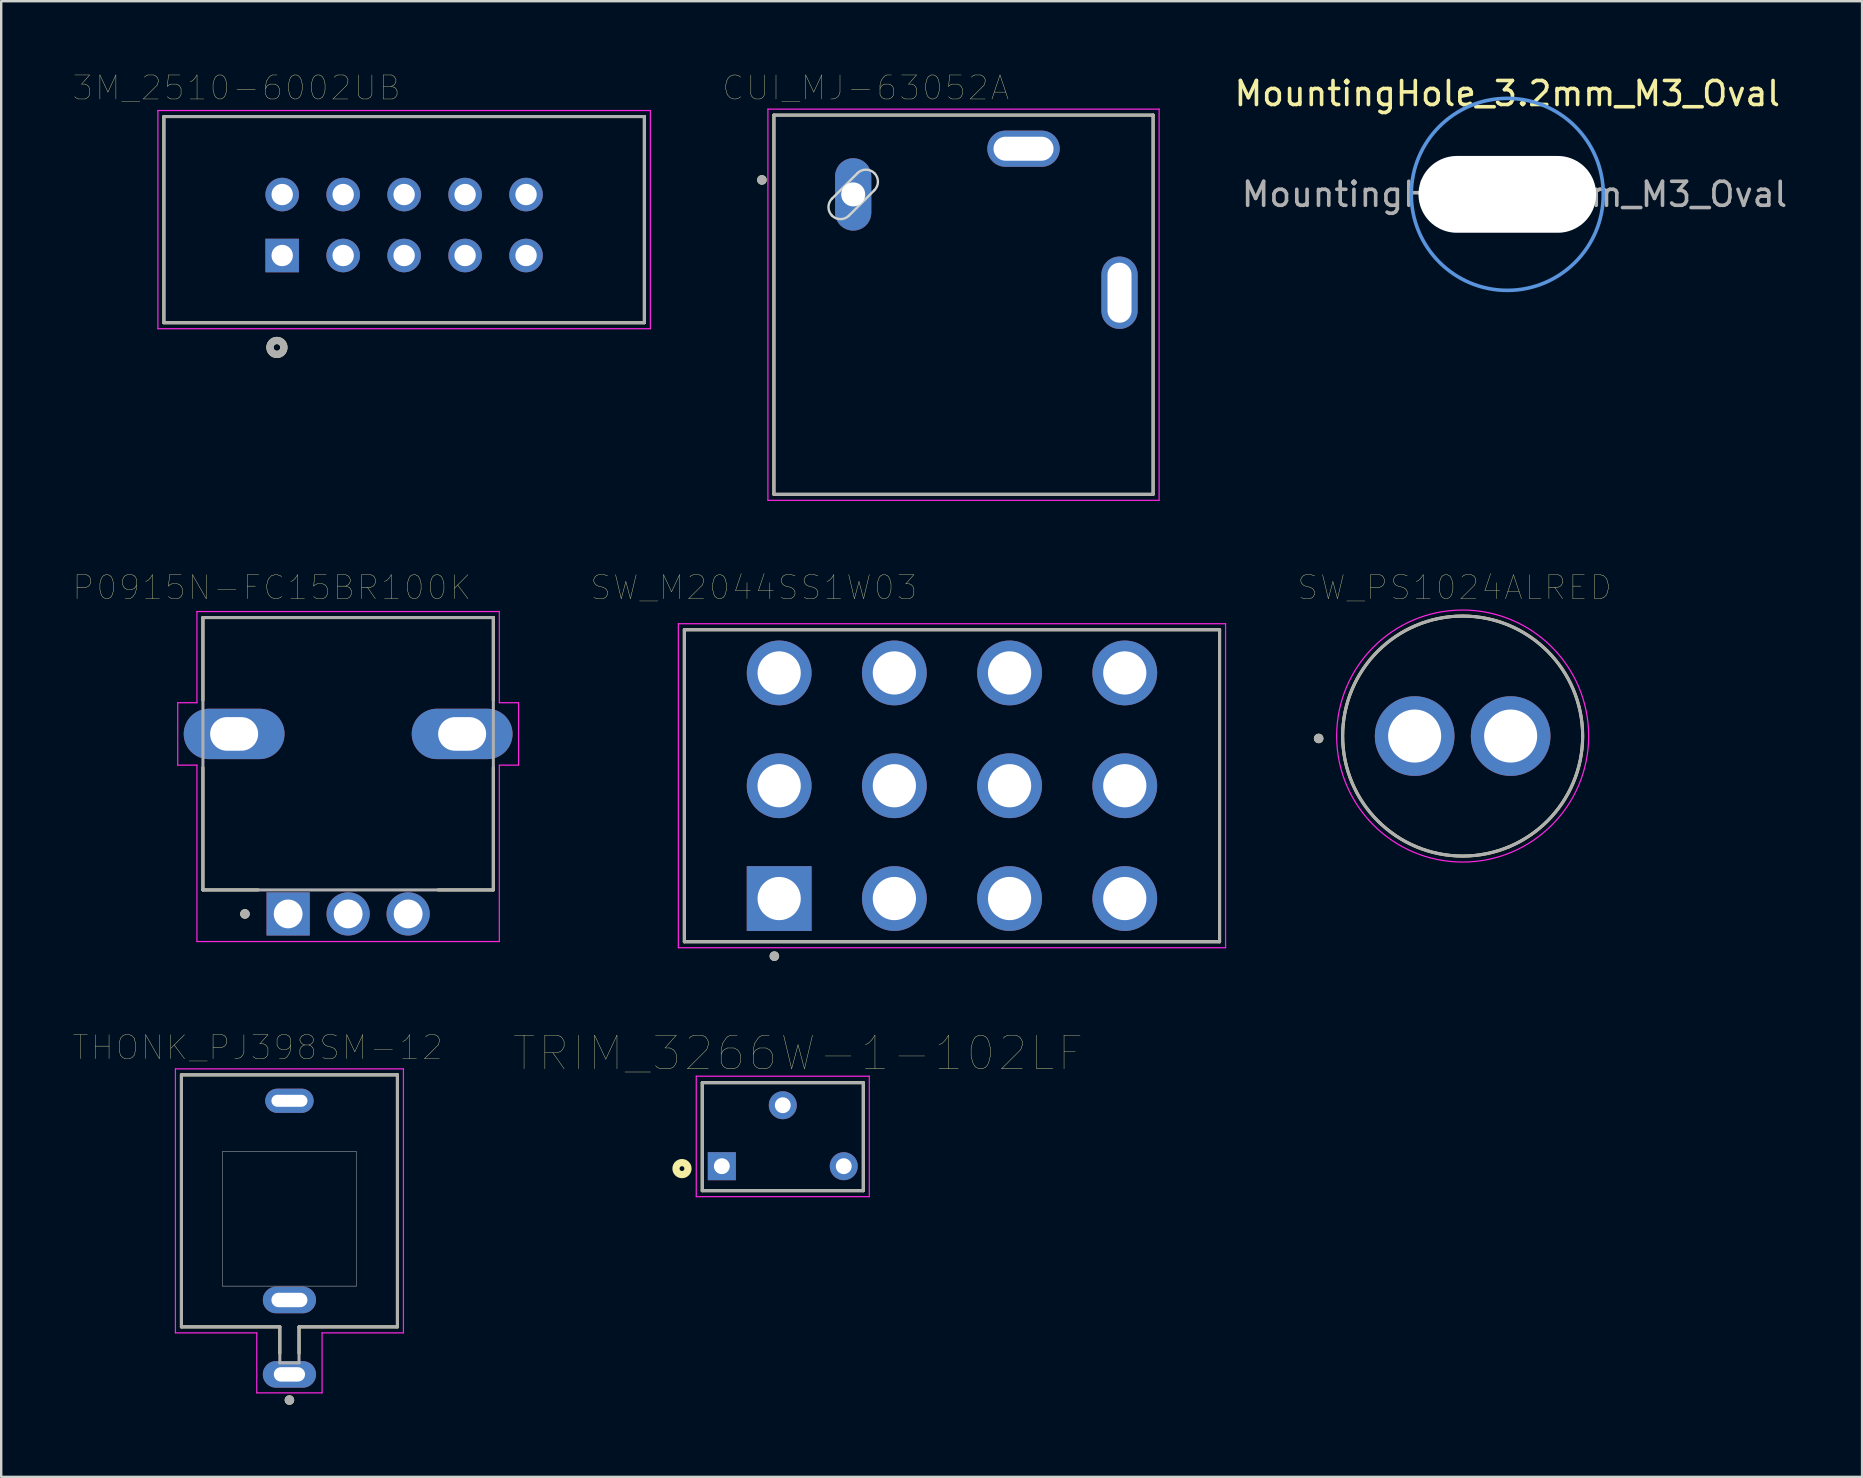
<source format=kicad_pcb>
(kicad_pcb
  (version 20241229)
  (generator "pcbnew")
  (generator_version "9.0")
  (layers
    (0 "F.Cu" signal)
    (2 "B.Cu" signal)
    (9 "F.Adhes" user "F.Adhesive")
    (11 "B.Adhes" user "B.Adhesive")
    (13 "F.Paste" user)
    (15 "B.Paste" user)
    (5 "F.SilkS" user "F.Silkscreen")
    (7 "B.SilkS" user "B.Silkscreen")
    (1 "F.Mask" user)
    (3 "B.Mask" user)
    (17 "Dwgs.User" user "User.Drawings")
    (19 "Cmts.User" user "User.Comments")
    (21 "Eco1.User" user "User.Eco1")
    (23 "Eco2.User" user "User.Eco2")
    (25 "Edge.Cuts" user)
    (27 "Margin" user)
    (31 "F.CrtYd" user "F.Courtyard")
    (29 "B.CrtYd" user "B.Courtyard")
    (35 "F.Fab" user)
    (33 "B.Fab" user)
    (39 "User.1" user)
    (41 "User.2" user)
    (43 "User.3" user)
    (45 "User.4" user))
  (footprint "3M_2510-6002UB"
    (layer "F.Cu")
    (at 13.788 6.326)
    (property "Reference" "3M_2510-6002UB" (at -6.985 -5.715 0) (layer "F.SilkS") (effects (font (size 1 1) (thickness 0.015))))
    (attr through_hole)
    (fp_line (start -10.01 -4.52) (end 10.01 -4.52) (stroke (width 0.127) (type solid)) (layer "F.SilkS"))
    (fp_line (start -10.01 4.07) (end -10.01 -4.52) (stroke (width 0.127) (type solid)) (layer "F.SilkS"))
    (fp_line (start 10.01 -4.52) (end 10.01 4.07) (stroke (width 0.127) (type solid)) (layer "F.SilkS"))
    (fp_line (start 10.01 4.07) (end -10.01 4.07) (stroke (width 0.127) (type solid)) (layer "F.SilkS"))
    (fp_circle (center -5.3 5.1) (end -5.159 5.1) (stroke (width 0.3) (type solid)) (fill no) (layer "F.SilkS"))
    (fp_line (start -10.26 -4.77) (end 10.26 -4.77) (stroke (width 0.05) (type solid)) (layer "F.CrtYd"))
    (fp_line (start -10.26 4.32) (end -10.26 -4.77) (stroke (width 0.05) (type solid)) (layer "F.CrtYd"))
    (fp_line (start 10.26 -4.77) (end 10.26 4.32) (stroke (width 0.05) (type solid)) (layer "F.CrtYd"))
    (fp_line (start 10.26 4.32) (end -10.26 4.32) (stroke (width 0.05) (type solid)) (layer "F.CrtYd"))
    (fp_line (start -10.01 -4.52) (end 10.01 -4.52) (stroke (width 0.127) (type solid)) (layer "F.Fab"))
    (fp_line (start -10.01 4.07) (end -10.01 -4.52) (stroke (width 0.127) (type solid)) (layer "F.Fab"))
    (fp_line (start 10.01 -4.52) (end 10.01 4.07) (stroke (width 0.127) (type solid)) (layer "F.Fab"))
    (fp_line (start 10.01 4.07) (end -10.01 4.07) (stroke (width 0.127) (type solid)) (layer "F.Fab"))
    (fp_circle (center -5.3 5.1) (end -5.159 5.1) (stroke (width 0.3) (type solid)) (fill no) (layer "F.Fab"))
    (pad "1" thru_hole rect (at -5.08 1.27) (size 1.398 1.398) (drill 0.89) (layers "*.Cu" "*.Mask"))
    (pad "2" thru_hole circle (at -5.08 -1.27) (size 1.398 1.398) (drill 0.89) (layers "*.Cu" "*.Mask"))
    (pad "3" thru_hole circle (at -2.54 1.27) (size 1.398 1.398) (drill 0.89) (layers "*.Cu" "*.Mask"))
    (pad "4" thru_hole circle (at -2.54 -1.27) (size 1.398 1.398) (drill 0.89) (layers "*.Cu" "*.Mask"))
    (pad "5" thru_hole circle (at 0 1.27) (size 1.398 1.398) (drill 0.89) (layers "*.Cu" "*.Mask"))
    (pad "6" thru_hole circle (at 0 -1.27) (size 1.398 1.398) (drill 0.89) (layers "*.Cu" "*.Mask"))
    (pad "7" thru_hole circle (at 2.54 1.27) (size 1.398 1.398) (drill 0.89) (layers "*.Cu" "*.Mask"))
    (pad "8" thru_hole circle (at 2.54 -1.27) (size 1.398 1.398) (drill 0.89) (layers "*.Cu" "*.Mask"))
    (pad "9" thru_hole circle (at 5.08 1.27) (size 1.398 1.398) (drill 0.89) (layers "*.Cu" "*.Mask"))
    (pad "10" thru_hole circle (at 5.08 -1.27) (size 1.398 1.398) (drill 0.89) (layers "*.Cu" "*.Mask")))
  (footprint "SW_M2044SS1W03"
    (layer "F.Cu")
    (at 36.614 29.688)
    (property "Reference" "SW_M2044SS1W03" (at -8.255 -8.255 0) (layer "F.SilkS") (effects (font (size 1 1) (thickness 0.015))))
    (attr through_hole)
    (fp_line (start -11.15 -6.5) (end -11.15 6.5) (stroke (width 0.127) (type solid)) (layer "F.SilkS"))
    (fp_line (start -11.15 6.5) (end 11.15 6.5) (stroke (width 0.127) (type solid)) (layer "F.SilkS"))
    (fp_line (start 11.15 -6.5) (end -11.15 -6.5) (stroke (width 0.127) (type solid)) (layer "F.SilkS"))
    (fp_line (start 11.15 -6.5) (end 11.15 6.5) (stroke (width 0.127) (type solid)) (layer "F.SilkS"))
    (fp_circle (center -7.4 7.1) (end -7.3 7.1) (stroke (width 0.2) (type solid)) (fill no) (layer "F.SilkS"))
    (fp_line (start -11.4 -6.75) (end 11.4 -6.75) (stroke (width 0.05) (type solid)) (layer "F.CrtYd"))
    (fp_line (start -11.4 6.75) (end -11.4 -6.75) (stroke (width 0.05) (type solid)) (layer "F.CrtYd"))
    (fp_line (start 11.4 -6.75) (end 11.4 6.75) (stroke (width 0.05) (type solid)) (layer "F.CrtYd"))
    (fp_line (start 11.4 6.75) (end -11.4 6.75) (stroke (width 0.05) (type solid)) (layer "F.CrtYd"))
    (fp_line (start -11.15 -6.5) (end 11.15 -6.5) (stroke (width 0.127) (type solid)) (layer "F.Fab"))
    (fp_line (start -11.15 6.5) (end -11.15 -6.5) (stroke (width 0.127) (type solid)) (layer "F.Fab"))
    (fp_line (start 11.15 -6.5) (end 11.15 6.5) (stroke (width 0.127) (type solid)) (layer "F.Fab"))
    (fp_line (start 11.15 6.5) (end -11.15 6.5) (stroke (width 0.127) (type solid)) (layer "F.Fab"))
    (fp_circle (center -7.4 7.1) (end -7.3 7.1) (stroke (width 0.2) (type solid)) (fill no) (layer "F.Fab"))
    (pad "1" thru_hole rect (at -7.2 4.7) (size 2.7 2.7) (drill 1.8) (layers "*.Cu" "*.Mask"))
    (pad "2" thru_hole circle (at -7.2 0) (size 2.7 2.7) (drill 1.8) (layers "*.Cu" "*.Mask"))
    (pad "3" thru_hole circle (at -7.2 -4.7) (size 2.7 2.7) (drill 1.8) (layers "*.Cu" "*.Mask"))
    (pad "4" thru_hole circle (at -2.4 4.7) (size 2.7 2.7) (drill 1.8) (layers "*.Cu" "*.Mask"))
    (pad "5" thru_hole circle (at -2.4 0) (size 2.7 2.7) (drill 1.8) (layers "*.Cu" "*.Mask"))
    (pad "6" thru_hole circle (at -2.4 -4.7) (size 2.7 2.7) (drill 1.8) (layers "*.Cu" "*.Mask"))
    (pad "7" thru_hole circle (at 2.4 4.7) (size 2.7 2.7) (drill 1.8) (layers "*.Cu" "*.Mask"))
    (pad "8" thru_hole circle (at 2.4 0) (size 2.7 2.7) (drill 1.8) (layers "*.Cu" "*.Mask"))
    (pad "9" thru_hole circle (at 2.4 -4.7) (size 2.7 2.7) (drill 1.8) (layers "*.Cu" "*.Mask"))
    (pad "10" thru_hole circle (at 7.2 4.7) (size 2.7 2.7) (drill 1.8) (layers "*.Cu" "*.Mask"))
    (pad "11" thru_hole circle (at 7.2 0) (size 2.7 2.7) (drill 1.8) (layers "*.Cu" "*.Mask"))
    (pad "12" thru_hole circle (at 7.2 -4.7) (size 2.7 2.7) (drill 1.8) (layers "*.Cu" "*.Mask")))
  (footprint "MountingHole_3.2mm_M3_Oval"
    (layer "F.Cu")
    (at 59.752 5.048)
    (property "Reference" "MountingHole_3.2mm_M3_Oval" (at 0 -4.2 0) (layer "F.SilkS") (effects (font (size 1 1) (thickness 0.15))))
    (attr exclude_from_pos_files exclude_from_bom)
    (fp_circle (center 0 0) (end 4 0) (stroke (width 0.15) (type solid)) (fill no) (layer "Cmts.User"))
    (fp_text user "${REFERENCE}" (at 0.3 0 0) (layer "F.Fab") (effects (font (size 1 1) (thickness 0.15))))
    (pad "" np_thru_hole oval (at 0 0) (size 7.4 3.2) (drill oval 7.4 3.2) (layers "*.Cu" "*.Mask")))
  (footprint "P0915N-FC15BR100K"
    (layer "F.Cu")
    (at 11.455 27.529)
    (property "Reference" "P0915N-FC15BR100K" (at -3.175 -6.096 0) (layer "F.SilkS") (effects (font (size 1 1) (thickness 0.015))))
    (attr through_hole)
    (fp_line (start -6.05 -4.85) (end 6.05 -4.85) (stroke (width 0.127) (type solid)) (layer "F.SilkS"))
    (fp_line (start -6.05 -1.4) (end -6.05 -4.85) (stroke (width 0.127) (type solid)) (layer "F.SilkS"))
    (fp_line (start -6.05 6.5) (end -6.05 1.4) (stroke (width 0.127) (type solid)) (layer "F.SilkS"))
    (fp_line (start -3.75 6.5) (end -6.05 6.5) (stroke (width 0.127) (type solid)) (layer "F.SilkS"))
    (fp_line (start 6.05 -4.85) (end 6.05 -1.4) (stroke (width 0.127) (type solid)) (layer "F.SilkS"))
    (fp_line (start 6.05 1.4) (end 6.05 6.5) (stroke (width 0.127) (type solid)) (layer "F.SilkS"))
    (fp_line (start 6.05 6.5) (end 3.75 6.5) (stroke (width 0.127) (type solid)) (layer "F.SilkS"))
    (fp_circle (center -4.3 7.5) (end -4.2 7.5) (stroke (width 0.2) (type solid)) (fill no) (layer "F.SilkS"))
    (fp_line (start -7.1 -1.3) (end -6.3 -1.3) (stroke (width 0.05) (type solid)) (layer "F.CrtYd"))
    (fp_line (start -7.1 1.3) (end -7.1 -1.3) (stroke (width 0.05) (type solid)) (layer "F.CrtYd"))
    (fp_line (start -6.3 -5.1) (end 6.3 -5.1) (stroke (width 0.05) (type solid)) (layer "F.CrtYd"))
    (fp_line (start -6.3 -1.3) (end -6.3 -5.1) (stroke (width 0.05) (type solid)) (layer "F.CrtYd"))
    (fp_line (start -6.3 1.3) (end -7.1 1.3) (stroke (width 0.05) (type solid)) (layer "F.CrtYd"))
    (fp_line (start -6.3 8.65) (end -6.3 1.3) (stroke (width 0.05) (type solid)) (layer "F.CrtYd"))
    (fp_line (start 6.3 -5.1) (end 6.3 -1.3) (stroke (width 0.05) (type solid)) (layer "F.CrtYd"))
    (fp_line (start 6.3 -1.3) (end 7.1 -1.3) (stroke (width 0.05) (type solid)) (layer "F.CrtYd"))
    (fp_line (start 6.3 1.3) (end 6.3 8.65) (stroke (width 0.05) (type solid)) (layer "F.CrtYd"))
    (fp_line (start 6.3 8.65) (end -6.3 8.65) (stroke (width 0.05) (type solid)) (layer "F.CrtYd"))
    (fp_line (start 7.1 -1.3) (end 7.1 1.3) (stroke (width 0.05) (type solid)) (layer "F.CrtYd"))
    (fp_line (start 7.1 1.3) (end 6.3 1.3) (stroke (width 0.05) (type solid)) (layer "F.CrtYd"))
    (fp_line (start -6.05 -4.85) (end 6.05 -4.85) (stroke (width 0.127) (type solid)) (layer "F.Fab"))
    (fp_line (start -6.05 6.5) (end -6.05 -4.85) (stroke (width 0.127) (type solid)) (layer "F.Fab"))
    (fp_line (start 6.05 -4.85) (end 6.05 6.5) (stroke (width 0.127) (type solid)) (layer "F.Fab"))
    (fp_line (start 6.05 6.5) (end -6.05 6.5) (stroke (width 0.127) (type solid)) (layer "F.Fab"))
    (fp_circle (center -4.3 7.5) (end -4.2 7.5) (stroke (width 0.2) (type solid)) (fill no) (layer "F.Fab"))
    (pad "1" thru_hole rect (at -2.5 7.5) (size 1.8 1.8) (drill 1.2) (layers "*.Cu" "*.Mask"))
    (pad "2" thru_hole circle (at 0 7.5) (size 1.8 1.8) (drill 1.2) (layers "*.Cu" "*.Mask"))
    (pad "3" thru_hole circle (at 2.5 7.5) (size 1.8 1.8) (drill 1.2) (layers "*.Cu" "*.Mask"))
    (pad "S1" thru_hole oval (at -4.75 0) (size 4.2 2.1) (drill oval 2 1.4) (layers "*.Cu" "*.Mask"))
    (pad "S2" thru_hole oval (at 4.75 0) (size 4.2 2.1) (drill oval 2 1.4) (layers "*.Cu" "*.Mask")))
  (footprint "THONK_PJ398SM-12"
    (layer "F.Cu")
    (at 9.009 47.734)
    (property "Reference" "THONK_PJ398SM-12" (at -1.325 -7.135 0) (layer "F.SilkS") (effects (font (size 1 1) (thickness 0.015))))
    (attr through_hole)
    (fp_line (start -4.5 -6) (end -4.5 4.5) (stroke (width 0.127) (type solid)) (layer "F.SilkS"))
    (fp_line (start -4.5 -6) (end 4.5 -6) (stroke (width 0.127) (type solid)) (layer "F.SilkS"))
    (fp_line (start -4.5 4.5) (end -0.4 4.5) (stroke (width 0.127) (type solid)) (layer "F.SilkS"))
    (fp_line (start -0.4 4.5) (end -0.4 5.605) (stroke (width 0.127) (type solid)) (layer "F.SilkS"))
    (fp_line (start 0.4 4.5) (end 4.5 4.5) (stroke (width 0.127) (type solid)) (layer "F.SilkS"))
    (fp_line (start 0.4 5.605) (end 0.4 4.5) (stroke (width 0.127) (type solid)) (layer "F.SilkS"))
    (fp_line (start 4.5 4.5) (end 4.5 -6) (stroke (width 0.127) (type solid)) (layer "F.SilkS"))
    (fp_circle (center 0 7.55) (end 0.1 7.55) (stroke (width 0.2) (type solid)) (fill no) (layer "F.SilkS"))
    (fp_poly (pts (xy -2.8 -2.8) (xy 2.8 -2.8) (xy 2.8 2.8) (xy -2.8 2.8)) (stroke (width 0.01) (type solid)) (fill no) (layer "Dwgs.User"))
    (fp_poly (pts (xy -2.8 -2.8) (xy 2.8 -2.8) (xy 2.8 2.8) (xy -2.8 2.8)) (stroke (width 0.01) (type solid)) (fill no) (layer "Dwgs.User"))
    (fp_line (start -4.75 -6.25) (end 4.75 -6.25) (stroke (width 0.05) (type solid)) (layer "F.CrtYd"))
    (fp_line (start -4.75 4.75) (end -4.75 -6.25) (stroke (width 0.05) (type solid)) (layer "F.CrtYd"))
    (fp_line (start -1.36 4.75) (end -4.75 4.75) (stroke (width 0.05) (type solid)) (layer "F.CrtYd"))
    (fp_line (start -1.36 7.25) (end -1.36 4.75) (stroke (width 0.05) (type solid)) (layer "F.CrtYd"))
    (fp_line (start 1.36 4.75) (end 1.36 7.25) (stroke (width 0.05) (type solid)) (layer "F.CrtYd"))
    (fp_line (start 1.36 7.25) (end -1.36 7.25) (stroke (width 0.05) (type solid)) (layer "F.CrtYd"))
    (fp_line (start 4.75 -6.25) (end 4.75 4.75) (stroke (width 0.05) (type solid)) (layer "F.CrtYd"))
    (fp_line (start 4.75 4.75) (end 1.36 4.75) (stroke (width 0.05) (type solid)) (layer "F.CrtYd"))
    (fp_line (start -4.5 -6) (end -4.5 4.5) (stroke (width 0.127) (type solid)) (layer "F.Fab"))
    (fp_line (start -4.5 -6) (end 4.5 -6) (stroke (width 0.127) (type solid)) (layer "F.Fab"))
    (fp_line (start -4.5 4.5) (end -0.4 4.5) (stroke (width 0.127) (type solid)) (layer "F.Fab"))
    (fp_line (start -0.4 4.5) (end -0.4 6) (stroke (width 0.127) (type solid)) (layer "F.Fab"))
    (fp_line (start -0.4 6) (end 0.4 6) (stroke (width 0.127) (type solid)) (layer "F.Fab"))
    (fp_line (start 0.4 4.5) (end 4.5 4.5) (stroke (width 0.127) (type solid)) (layer "F.Fab"))
    (fp_line (start 0.4 6) (end 0.4 4.5) (stroke (width 0.127) (type solid)) (layer "F.Fab"))
    (fp_line (start 4.5 4.5) (end 4.5 -6) (stroke (width 0.127) (type solid)) (layer "F.Fab"))
    (fp_circle (center 0 7.55) (end 0.1 7.55) (stroke (width 0.2) (type solid)) (fill no) (layer "F.Fab"))
    (pad "1" thru_hole oval (at 0 6.48) (size 2.216 1.108) (drill oval 1.3 0.6) (layers "*.Cu" "*.Mask"))
    (pad "2" thru_hole oval (at 0 3.38) (size 2.216 1.108) (drill oval 1.5 0.6) (layers "*.Cu" "*.Mask"))
    (pad "3" thru_hole oval (at 0 -4.92) (size 2.016 1.008) (drill oval 1.5 0.5) (layers "*.Cu" "*.Mask")))
  (footprint "TRIM_3266W-1-102LF"
    (layer "F.Cu")
    (at 29.565 45.54)
    (property "Reference" "TRIM_3266W-1-102LF" (at 0.636 -4.706 0) (layer "F.SilkS") (effects (font (size 1.402 1.402) (thickness 0.015))))
    (attr through_hole)
    (fp_line (start -3.355 -3.48) (end 3.355 -3.48) (stroke (width 0.127) (type solid)) (layer "F.SilkS"))
    (fp_line (start -3.355 1.02) (end -3.355 -3.48) (stroke (width 0.127) (type solid)) (layer "F.SilkS"))
    (fp_line (start 3.355 -3.48) (end 3.355 1.02) (stroke (width 0.127) (type solid)) (layer "F.SilkS"))
    (fp_line (start 3.355 1.02) (end -3.355 1.02) (stroke (width 0.127) (type solid)) (layer "F.SilkS"))
    (fp_circle (center -4.2 0.1) (end -4.1 0.1) (stroke (width 0.3) (type solid)) (fill no) (layer "F.SilkS"))
    (fp_line (start -3.605 -3.75) (end 3.605 -3.75) (stroke (width 0.05) (type solid)) (layer "F.CrtYd"))
    (fp_line (start -3.605 1.27) (end -3.605 -3.75) (stroke (width 0.05) (type solid)) (layer "F.CrtYd"))
    (fp_line (start 3.605 -3.75) (end 3.605 1.27) (stroke (width 0.05) (type solid)) (layer "F.CrtYd"))
    (fp_line (start 3.605 1.27) (end -3.605 1.27) (stroke (width 0.05) (type solid)) (layer "F.CrtYd"))
    (fp_line (start -3.355 -3.48) (end 3.355 -3.48) (stroke (width 0.127) (type solid)) (layer "F.Fab"))
    (fp_line (start -3.355 1.02) (end -3.355 -3.48) (stroke (width 0.127) (type solid)) (layer "F.Fab"))
    (fp_line (start 3.355 -3.48) (end 3.355 1.02) (stroke (width 0.127) (type solid)) (layer "F.Fab"))
    (fp_line (start 3.355 1.02) (end -3.355 1.02) (stroke (width 0.127) (type solid)) (layer "F.Fab"))
    (pad "1" thru_hole rect (at -2.54 0) (size 1.168 1.168) (drill 0.66) (layers "*.Cu" "*.Mask"))
    (pad "2" thru_hole circle (at 0 -2.54) (size 1.168 1.168) (drill 0.66) (layers "*.Cu" "*.Mask"))
    (pad "3" thru_hole circle (at 2.54 0) (size 1.168 1.168) (drill 0.66) (layers "*.Cu" "*.Mask")))
  (footprint "CUI_MJ-63052A"
    (layer "F.Cu")
    (at 37.095 9.646)
    (property "Reference" "CUI_MJ-63052A" (at -4.075 -9.035 0) (layer "F.SilkS") (effects (font (size 1 1) (thickness 0.015))))
    (attr through_hole)
    (fp_line (start -7.9 -7.9) (end -7.9 7.9) (stroke (width 0.127) (type solid)) (layer "F.SilkS"))
    (fp_line (start -7.9 -7.9) (end 7.9 -7.9) (stroke (width 0.127) (type solid)) (layer "F.SilkS"))
    (fp_line (start 7.9 -7.9) (end 7.9 7.9) (stroke (width 0.127) (type solid)) (layer "F.SilkS"))
    (fp_line (start 7.9 7.9) (end -7.9 7.9) (stroke (width 0.127) (type solid)) (layer "F.SilkS"))
    (fp_circle (center -8.4 -5.2) (end -8.3 -5.2) (stroke (width 0.2) (type solid)) (fill no) (layer "F.SilkS"))
    (fp_line (start -5.48 -4.419) (end -4.419 -5.48) (stroke (width 0.1) (type solid)) (layer "Edge.Cuts"))
    (fp_line (start -3.712 -4.773) (end -4.773 -3.712) (stroke (width 0.1) (type solid)) (layer "Edge.Cuts"))
    (fp_arc (start -5.48008 -3.71231) (mid -5.626527 -4.065865) (end -5.48008 -4.41942) (stroke (width 0.1) (type solid)) (layer "Edge.Cuts"))
    (fp_arc (start -4.77297 -3.71231) (mid -5.126525 -3.565863) (end -5.48008 -3.71231) (stroke (width 0.1) (type solid)) (layer "Edge.Cuts"))
    (fp_arc (start -4.41942 -5.48008) (mid -4.065865 -5.626527) (end -3.71231 -5.48008) (stroke (width 0.1) (type solid)) (layer "Edge.Cuts"))
    (fp_arc (start -3.71231 -5.48008) (mid -3.565863 -5.126525) (end -3.71231 -4.77297) (stroke (width 0.1) (type solid)) (layer "Edge.Cuts"))
    (fp_line (start -8.15 -8.15) (end 8.15 -8.15) (stroke (width 0.05) (type solid)) (layer "F.CrtYd"))
    (fp_line (start -8.15 8.15) (end -8.15 -8.15) (stroke (width 0.05) (type solid)) (layer "F.CrtYd"))
    (fp_line (start 8.15 -8.15) (end 8.15 8.15) (stroke (width 0.05) (type solid)) (layer "F.CrtYd"))
    (fp_line (start 8.15 8.15) (end -8.15 8.15) (stroke (width 0.05) (type solid)) (layer "F.CrtYd"))
    (fp_line (start -7.9 -7.9) (end -7.9 7.9) (stroke (width 0.127) (type solid)) (layer "F.Fab"))
    (fp_line (start -7.9 -7.9) (end 7.9 -7.9) (stroke (width 0.127) (type solid)) (layer "F.Fab"))
    (fp_line (start 7.9 -7.9) (end 7.9 7.9) (stroke (width 0.127) (type solid)) (layer "F.Fab"))
    (fp_line (start 7.9 7.9) (end -7.9 7.9) (stroke (width 0.127) (type solid)) (layer "F.Fab"))
    (fp_circle (center -8.4 -5.2) (end -8.3 -5.2) (stroke (width 0.2) (type solid)) (fill no) (layer "F.Fab"))
    (pad "1" thru_hole oval (at -4.596 -4.596) (size 1.508 3.016) (drill 1) (layers "*.Cu" "*.Mask"))
    (pad "2" thru_hole oval (at 2.5 -6.5) (size 3.016 1.508) (drill oval 2.5 1) (layers "*.Cu" "*.Mask"))
    (pad "3" thru_hole oval (at 6.5 -0.5) (size 1.508 3.016) (drill oval 1 2.5) (layers "*.Cu" "*.Mask")))
  (footprint "SW_PS1024ALRED"
    (layer "F.Cu")
    (at 57.892 27.618)
    (property "Reference" "SW_PS1024ALRED" (at -0.335 -6.185 0) (layer "F.SilkS") (effects (font (size 1 1) (thickness 0.015))))
    (attr through_hole)
    (fp_circle (center -6 0.1) (end -5.9 0.1) (stroke (width 0.2) (type solid)) (fill no) (layer "F.SilkS"))
    (fp_circle (center 0 0) (end 5 0) (stroke (width 0.127) (type solid)) (fill no) (layer "F.SilkS"))
    (fp_circle (center 0 0) (end 5.25 0) (stroke (width 0.05) (type solid)) (fill no) (layer "F.CrtYd"))
    (fp_circle (center -6 0.1) (end -5.9 0.1) (stroke (width 0.2) (type solid)) (fill no) (layer "F.Fab"))
    (fp_circle (center 0 0) (end 5 0) (stroke (width 0.127) (type solid)) (fill no) (layer "F.Fab"))
    (pad "1" thru_hole circle (at -2 0) (size 3.32 3.32) (drill 2.21) (layers "*.Cu" "*.Mask"))
    (pad "2" thru_hole circle (at 2 0) (size 3.32 3.32) (drill 2.21) (layers "*.Cu" "*.Mask")))
  (gr_rect
    (start -3 -3)
    (end 74.534 58.484)
    (stroke (width 0.1) (type default))
    (fill no)
    (layer "Edge.Cuts")))
</source>
